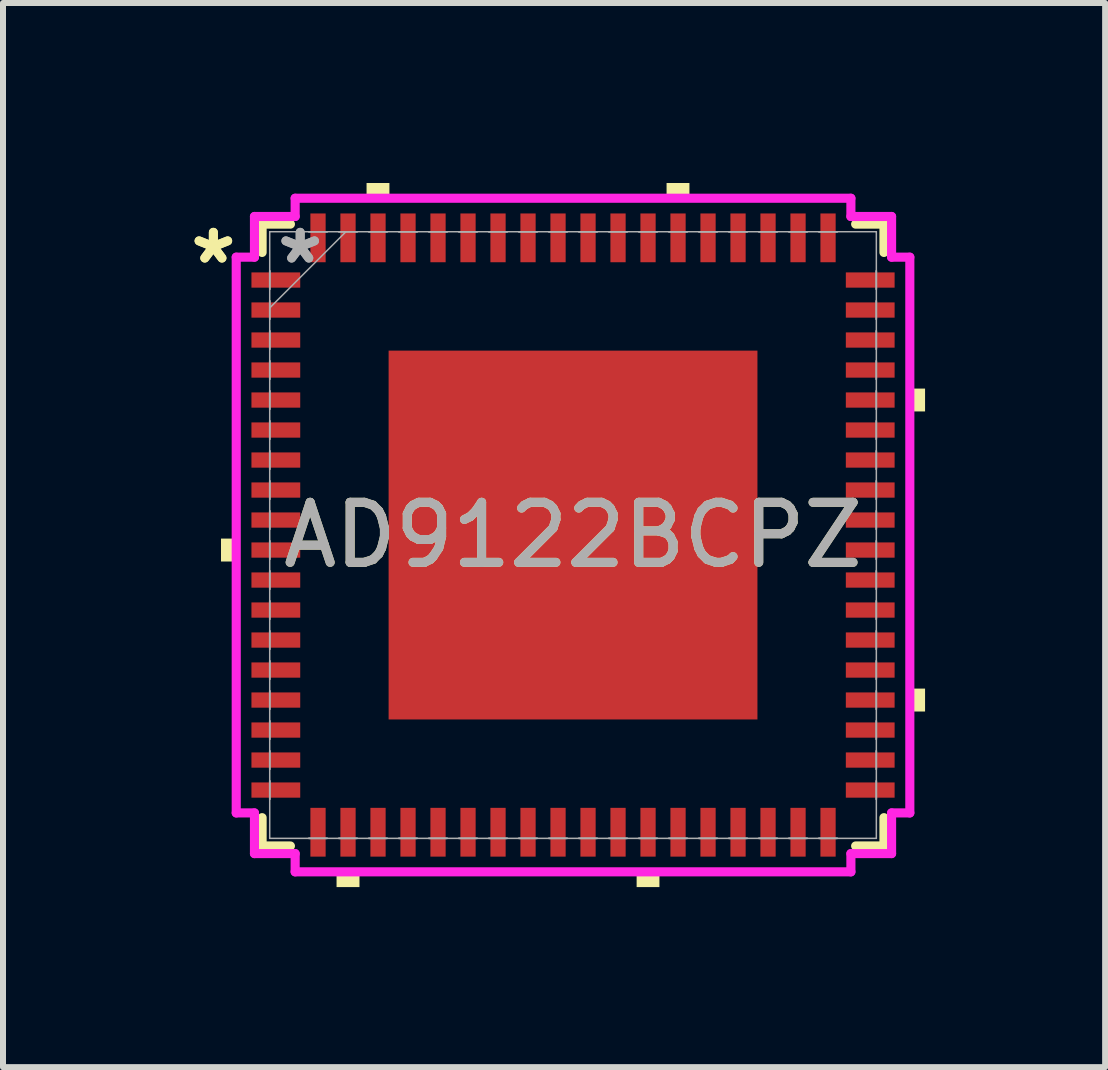
<source format=kicad_pcb>
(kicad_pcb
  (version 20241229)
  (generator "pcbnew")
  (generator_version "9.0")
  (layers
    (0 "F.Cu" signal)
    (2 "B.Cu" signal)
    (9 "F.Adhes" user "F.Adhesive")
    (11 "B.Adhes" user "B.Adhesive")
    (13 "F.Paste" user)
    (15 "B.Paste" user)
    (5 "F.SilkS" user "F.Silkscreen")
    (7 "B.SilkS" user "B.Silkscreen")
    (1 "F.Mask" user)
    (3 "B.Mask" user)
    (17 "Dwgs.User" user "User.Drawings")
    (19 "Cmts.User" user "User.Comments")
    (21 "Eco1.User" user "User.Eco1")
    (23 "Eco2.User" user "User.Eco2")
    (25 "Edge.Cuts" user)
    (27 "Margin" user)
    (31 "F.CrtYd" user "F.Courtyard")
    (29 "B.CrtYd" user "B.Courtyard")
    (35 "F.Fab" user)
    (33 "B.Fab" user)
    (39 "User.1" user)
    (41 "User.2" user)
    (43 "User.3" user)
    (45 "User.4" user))
  (footprint "AD9122BCPZ"
    (layer "F.Cu")
    (at 6.5 5.867)
    (property "Reference" "AD9122BCPZ" (at 0 0 0) (unlocked yes) (layer "F.SilkS") (effects (font (size 1 1) (thickness 0.15))))
    (attr smd)
    (fp_line (start -5.182 -5.182) (end -5.182 -4.71) (stroke (width 0.152) (type solid)) (layer "F.SilkS"))
    (fp_line (start -5.182 4.71) (end -5.182 5.182) (stroke (width 0.152) (type solid)) (layer "F.SilkS"))
    (fp_line (start -5.182 5.182) (end -4.71 5.182) (stroke (width 0.152) (type solid)) (layer "F.SilkS"))
    (fp_line (start -4.71 -5.182) (end -5.182 -5.182) (stroke (width 0.152) (type solid)) (layer "F.SilkS"))
    (fp_line (start 4.71 5.182) (end 5.182 5.182) (stroke (width 0.152) (type solid)) (layer "F.SilkS"))
    (fp_line (start 5.182 -5.182) (end 4.71 -5.182) (stroke (width 0.152) (type solid)) (layer "F.SilkS"))
    (fp_line (start 5.182 -4.71) (end 5.182 -5.182) (stroke (width 0.152) (type solid)) (layer "F.SilkS"))
    (fp_line (start 5.182 5.182) (end 5.182 4.71) (stroke (width 0.152) (type solid)) (layer "F.SilkS"))
    (fp_poly (pts (xy -5.867 0.059) (xy -5.867 0.441) (xy -5.613 0.441) (xy -5.613 0.059)) (stroke (width 0) (type solid)) (fill yes) (layer "F.SilkS"))
    (fp_poly (pts (xy -3.941 5.613) (xy -3.941 5.867) (xy -3.559 5.867) (xy -3.559 5.613)) (stroke (width 0) (type solid)) (fill yes) (layer "F.SilkS"))
    (fp_poly (pts (xy -3.441 -5.613) (xy -3.441 -5.867) (xy -3.06 -5.867) (xy -3.06 -5.613)) (stroke (width 0) (type solid)) (fill yes) (layer "F.SilkS"))
    (fp_poly (pts (xy 1.06 5.613) (xy 1.06 5.867) (xy 1.44 5.867) (xy 1.44 5.613)) (stroke (width 0) (type solid)) (fill yes) (layer "F.SilkS"))
    (fp_poly (pts (xy 1.559 -5.613) (xy 1.559 -5.867) (xy 1.94 -5.867) (xy 1.94 -5.613)) (stroke (width 0) (type solid)) (fill yes) (layer "F.SilkS"))
    (fp_poly (pts (xy 5.867 -2.441) (xy 5.867 -2.06) (xy 5.613 -2.06) (xy 5.613 -2.441)) (stroke (width 0) (type solid)) (fill yes) (layer "F.SilkS"))
    (fp_poly (pts (xy 5.867 2.559) (xy 5.867 2.941) (xy 5.613 2.941) (xy 5.613 2.559)) (stroke (width 0) (type solid)) (fill yes) (layer "F.SilkS"))
    (fp_poly (pts (xy -2.973 -2.973) (xy -2.973 -1.637) (xy -1.637 -1.637) (xy -1.637 -2.973)) (stroke (width 0) (type solid)) (fill yes) (layer "F.Paste"))
    (fp_poly (pts (xy -2.973 -1.437) (xy -2.973 -0.1) (xy -1.637 -0.1) (xy -1.637 -1.437)) (stroke (width 0) (type solid)) (fill yes) (layer "F.Paste"))
    (fp_poly (pts (xy -2.973 0.1) (xy -2.973 1.437) (xy -1.637 1.437) (xy -1.637 0.1)) (stroke (width 0) (type solid)) (fill yes) (layer "F.Paste"))
    (fp_poly (pts (xy -2.973 1.637) (xy -2.973 2.973) (xy -1.637 2.973) (xy -1.637 1.637)) (stroke (width 0) (type solid)) (fill yes) (layer "F.Paste"))
    (fp_poly (pts (xy -1.437 -2.973) (xy -1.437 -1.637) (xy -0.1 -1.637) (xy -0.1 -2.973)) (stroke (width 0) (type solid)) (fill yes) (layer "F.Paste"))
    (fp_poly (pts (xy -1.437 -1.437) (xy -1.437 -0.1) (xy -0.1 -0.1) (xy -0.1 -1.437)) (stroke (width 0) (type solid)) (fill yes) (layer "F.Paste"))
    (fp_poly (pts (xy -1.437 0.1) (xy -1.437 1.437) (xy -0.1 1.437) (xy -0.1 0.1)) (stroke (width 0) (type solid)) (fill yes) (layer "F.Paste"))
    (fp_poly (pts (xy -1.437 1.637) (xy -1.437 2.973) (xy -0.1 2.973) (xy -0.1 1.637)) (stroke (width 0) (type solid)) (fill yes) (layer "F.Paste"))
    (fp_poly (pts (xy 0.1 -2.973) (xy 0.1 -1.637) (xy 1.437 -1.637) (xy 1.437 -2.973)) (stroke (width 0) (type solid)) (fill yes) (layer "F.Paste"))
    (fp_poly (pts (xy 0.1 -1.437) (xy 0.1 -0.1) (xy 1.437 -0.1) (xy 1.437 -1.437)) (stroke (width 0) (type solid)) (fill yes) (layer "F.Paste"))
    (fp_poly (pts (xy 0.1 0.1) (xy 0.1 1.437) (xy 1.437 1.437) (xy 1.437 0.1)) (stroke (width 0) (type solid)) (fill yes) (layer "F.Paste"))
    (fp_poly (pts (xy 0.1 1.637) (xy 0.1 2.973) (xy 1.437 2.973) (xy 1.437 1.637)) (stroke (width 0) (type solid)) (fill yes) (layer "F.Paste"))
    (fp_poly (pts (xy 1.637 -2.973) (xy 1.637 -1.637) (xy 2.973 -1.637) (xy 2.973 -2.973)) (stroke (width 0) (type solid)) (fill yes) (layer "F.Paste"))
    (fp_poly (pts (xy 1.637 -1.437) (xy 1.637 -0.1) (xy 2.973 -0.1) (xy 2.973 -1.437)) (stroke (width 0) (type solid)) (fill yes) (layer "F.Paste"))
    (fp_poly (pts (xy 1.637 0.1) (xy 1.637 1.437) (xy 2.973 1.437) (xy 2.973 0.1)) (stroke (width 0) (type solid)) (fill yes) (layer "F.Paste"))
    (fp_poly (pts (xy 1.637 1.637) (xy 1.637 2.973) (xy 2.973 2.973) (xy 2.973 1.637)) (stroke (width 0) (type solid)) (fill yes) (layer "F.Paste"))
    (fp_line (start -5.613 -4.631) (end -5.309 -4.631) (stroke (width 0.152) (type solid)) (layer "F.CrtYd"))
    (fp_line (start -5.613 4.631) (end -5.613 -4.631) (stroke (width 0.152) (type solid)) (layer "F.CrtYd"))
    (fp_line (start -5.309 -5.309) (end -4.631 -5.309) (stroke (width 0.152) (type solid)) (layer "F.CrtYd"))
    (fp_line (start -5.309 -4.631) (end -5.309 -5.309) (stroke (width 0.152) (type solid)) (layer "F.CrtYd"))
    (fp_line (start -5.309 4.631) (end -5.613 4.631) (stroke (width 0.152) (type solid)) (layer "F.CrtYd"))
    (fp_line (start -5.309 5.309) (end -5.309 4.631) (stroke (width 0.152) (type solid)) (layer "F.CrtYd"))
    (fp_line (start -4.631 -5.613) (end 4.631 -5.613) (stroke (width 0.152) (type solid)) (layer "F.CrtYd"))
    (fp_line (start -4.631 -5.309) (end -4.631 -5.613) (stroke (width 0.152) (type solid)) (layer "F.CrtYd"))
    (fp_line (start -4.631 5.309) (end -5.309 5.309) (stroke (width 0.152) (type solid)) (layer "F.CrtYd"))
    (fp_line (start -4.631 5.613) (end -4.631 5.309) (stroke (width 0.152) (type solid)) (layer "F.CrtYd"))
    (fp_line (start 4.631 -5.613) (end 4.631 -5.309) (stroke (width 0.152) (type solid)) (layer "F.CrtYd"))
    (fp_line (start 4.631 -5.309) (end 5.309 -5.309) (stroke (width 0.152) (type solid)) (layer "F.CrtYd"))
    (fp_line (start 4.631 5.309) (end 4.631 5.613) (stroke (width 0.152) (type solid)) (layer "F.CrtYd"))
    (fp_line (start 4.631 5.613) (end -4.631 5.613) (stroke (width 0.152) (type solid)) (layer "F.CrtYd"))
    (fp_line (start 5.309 -5.309) (end 5.309 -4.631) (stroke (width 0.152) (type solid)) (layer "F.CrtYd"))
    (fp_line (start 5.309 -4.631) (end 5.613 -4.631) (stroke (width 0.152) (type solid)) (layer "F.CrtYd"))
    (fp_line (start 5.309 4.631) (end 5.309 5.309) (stroke (width 0.152) (type solid)) (layer "F.CrtYd"))
    (fp_line (start 5.309 5.309) (end 4.631 5.309) (stroke (width 0.152) (type solid)) (layer "F.CrtYd"))
    (fp_line (start 5.613 -4.631) (end 5.613 4.631) (stroke (width 0.152) (type solid)) (layer "F.CrtYd"))
    (fp_line (start 5.613 4.631) (end 5.309 4.631) (stroke (width 0.152) (type solid)) (layer "F.CrtYd"))
    (fp_line (start -5.055 -5.055) (end -5.055 -5.055) (stroke (width 0.025) (type solid)) (layer "F.Fab"))
    (fp_line (start -5.055 -5.055) (end -5.055 5.055) (stroke (width 0.025) (type solid)) (layer "F.Fab"))
    (fp_line (start -5.055 -4.402) (end -5.055 -4.402) (stroke (width 0.025) (type solid)) (layer "F.Fab"))
    (fp_line (start -5.055 -4.402) (end -5.055 -4.098) (stroke (width 0.025) (type solid)) (layer "F.Fab"))
    (fp_line (start -5.055 -4.098) (end -5.055 -4.402) (stroke (width 0.025) (type solid)) (layer "F.Fab"))
    (fp_line (start -5.055 -4.098) (end -5.055 -4.098) (stroke (width 0.025) (type solid)) (layer "F.Fab"))
    (fp_line (start -5.055 -3.902) (end -5.055 -3.902) (stroke (width 0.025) (type solid)) (layer "F.Fab"))
    (fp_line (start -5.055 -3.902) (end -5.055 -3.598) (stroke (width 0.025) (type solid)) (layer "F.Fab"))
    (fp_line (start -5.055 -3.785) (end -3.785 -5.055) (stroke (width 0.025) (type solid)) (layer "F.Fab"))
    (fp_line (start -5.055 -3.598) (end -5.055 -3.902) (stroke (width 0.025) (type solid)) (layer "F.Fab"))
    (fp_line (start -5.055 -3.598) (end -5.055 -3.598) (stroke (width 0.025) (type solid)) (layer "F.Fab"))
    (fp_line (start -5.055 -3.402) (end -5.055 -3.402) (stroke (width 0.025) (type solid)) (layer "F.Fab"))
    (fp_line (start -5.055 -3.402) (end -5.055 -3.098) (stroke (width 0.025) (type solid)) (layer "F.Fab"))
    (fp_line (start -5.055 -3.098) (end -5.055 -3.402) (stroke (width 0.025) (type solid)) (layer "F.Fab"))
    (fp_line (start -5.055 -3.098) (end -5.055 -3.098) (stroke (width 0.025) (type solid)) (layer "F.Fab"))
    (fp_line (start -5.055 -2.902) (end -5.055 -2.902) (stroke (width 0.025) (type solid)) (layer "F.Fab"))
    (fp_line (start -5.055 -2.902) (end -5.055 -2.598) (stroke (width 0.025) (type solid)) (layer "F.Fab"))
    (fp_line (start -5.055 -2.598) (end -5.055 -2.902) (stroke (width 0.025) (type solid)) (layer "F.Fab"))
    (fp_line (start -5.055 -2.598) (end -5.055 -2.598) (stroke (width 0.025) (type solid)) (layer "F.Fab"))
    (fp_line (start -5.055 -2.402) (end -5.055 -2.402) (stroke (width 0.025) (type solid)) (layer "F.Fab"))
    (fp_line (start -5.055 -2.402) (end -5.055 -2.098) (stroke (width 0.025) (type solid)) (layer "F.Fab"))
    (fp_line (start -5.055 -2.098) (end -5.055 -2.402) (stroke (width 0.025) (type solid)) (layer "F.Fab"))
    (fp_line (start -5.055 -2.098) (end -5.055 -2.098) (stroke (width 0.025) (type solid)) (layer "F.Fab"))
    (fp_line (start -5.055 -1.902) (end -5.055 -1.902) (stroke (width 0.025) (type solid)) (layer "F.Fab"))
    (fp_line (start -5.055 -1.902) (end -5.055 -1.598) (stroke (width 0.025) (type solid)) (layer "F.Fab"))
    (fp_line (start -5.055 -1.598) (end -5.055 -1.902) (stroke (width 0.025) (type solid)) (layer "F.Fab"))
    (fp_line (start -5.055 -1.598) (end -5.055 -1.598) (stroke (width 0.025) (type solid)) (layer "F.Fab"))
    (fp_line (start -5.055 -1.402) (end -5.055 -1.402) (stroke (width 0.025) (type solid)) (layer "F.Fab"))
    (fp_line (start -5.055 -1.402) (end -5.055 -1.098) (stroke (width 0.025) (type solid)) (layer "F.Fab"))
    (fp_line (start -5.055 -1.098) (end -5.055 -1.402) (stroke (width 0.025) (type solid)) (layer "F.Fab"))
    (fp_line (start -5.055 -1.098) (end -5.055 -1.098) (stroke (width 0.025) (type solid)) (layer "F.Fab"))
    (fp_line (start -5.055 -0.902) (end -5.055 -0.902) (stroke (width 0.025) (type solid)) (layer "F.Fab"))
    (fp_line (start -5.055 -0.902) (end -5.055 -0.598) (stroke (width 0.025) (type solid)) (layer "F.Fab"))
    (fp_line (start -5.055 -0.598) (end -5.055 -0.902) (stroke (width 0.025) (type solid)) (layer "F.Fab"))
    (fp_line (start -5.055 -0.598) (end -5.055 -0.598) (stroke (width 0.025) (type solid)) (layer "F.Fab"))
    (fp_line (start -5.055 -0.402) (end -5.055 -0.402) (stroke (width 0.025) (type solid)) (layer "F.Fab"))
    (fp_line (start -5.055 -0.402) (end -5.055 -0.098) (stroke (width 0.025) (type solid)) (layer "F.Fab"))
    (fp_line (start -5.055 -0.098) (end -5.055 -0.402) (stroke (width 0.025) (type solid)) (layer "F.Fab"))
    (fp_line (start -5.055 -0.098) (end -5.055 -0.098) (stroke (width 0.025) (type solid)) (layer "F.Fab"))
    (fp_line (start -5.055 0.098) (end -5.055 0.098) (stroke (width 0.025) (type solid)) (layer "F.Fab"))
    (fp_line (start -5.055 0.098) (end -5.055 0.402) (stroke (width 0.025) (type solid)) (layer "F.Fab"))
    (fp_line (start -5.055 0.402) (end -5.055 0.098) (stroke (width 0.025) (type solid)) (layer "F.Fab"))
    (fp_line (start -5.055 0.402) (end -5.055 0.402) (stroke (width 0.025) (type solid)) (layer "F.Fab"))
    (fp_line (start -5.055 0.598) (end -5.055 0.598) (stroke (width 0.025) (type solid)) (layer "F.Fab"))
    (fp_line (start -5.055 0.598) (end -5.055 0.902) (stroke (width 0.025) (type solid)) (layer "F.Fab"))
    (fp_line (start -5.055 0.902) (end -5.055 0.598) (stroke (width 0.025) (type solid)) (layer "F.Fab"))
    (fp_line (start -5.055 0.902) (end -5.055 0.902) (stroke (width 0.025) (type solid)) (layer "F.Fab"))
    (fp_line (start -5.055 1.098) (end -5.055 1.098) (stroke (width 0.025) (type solid)) (layer "F.Fab"))
    (fp_line (start -5.055 1.098) (end -5.055 1.402) (stroke (width 0.025) (type solid)) (layer "F.Fab"))
    (fp_line (start -5.055 1.402) (end -5.055 1.098) (stroke (width 0.025) (type solid)) (layer "F.Fab"))
    (fp_line (start -5.055 1.402) (end -5.055 1.402) (stroke (width 0.025) (type solid)) (layer "F.Fab"))
    (fp_line (start -5.055 1.598) (end -5.055 1.598) (stroke (width 0.025) (type solid)) (layer "F.Fab"))
    (fp_line (start -5.055 1.598) (end -5.055 1.902) (stroke (width 0.025) (type solid)) (layer "F.Fab"))
    (fp_line (start -5.055 1.902) (end -5.055 1.598) (stroke (width 0.025) (type solid)) (layer "F.Fab"))
    (fp_line (start -5.055 1.902) (end -5.055 1.902) (stroke (width 0.025) (type solid)) (layer "F.Fab"))
    (fp_line (start -5.055 2.098) (end -5.055 2.098) (stroke (width 0.025) (type solid)) (layer "F.Fab"))
    (fp_line (start -5.055 2.098) (end -5.055 2.402) (stroke (width 0.025) (type solid)) (layer "F.Fab"))
    (fp_line (start -5.055 2.402) (end -5.055 2.098) (stroke (width 0.025) (type solid)) (layer "F.Fab"))
    (fp_line (start -5.055 2.402) (end -5.055 2.402) (stroke (width 0.025) (type solid)) (layer "F.Fab"))
    (fp_line (start -5.055 2.598) (end -5.055 2.598) (stroke (width 0.025) (type solid)) (layer "F.Fab"))
    (fp_line (start -5.055 2.598) (end -5.055 2.902) (stroke (width 0.025) (type solid)) (layer "F.Fab"))
    (fp_line (start -5.055 2.902) (end -5.055 2.598) (stroke (width 0.025) (type solid)) (layer "F.Fab"))
    (fp_line (start -5.055 2.902) (end -5.055 2.902) (stroke (width 0.025) (type solid)) (layer "F.Fab"))
    (fp_line (start -5.055 3.098) (end -5.055 3.098) (stroke (width 0.025) (type solid)) (layer "F.Fab"))
    (fp_line (start -5.055 3.098) (end -5.055 3.402) (stroke (width 0.025) (type solid)) (layer "F.Fab"))
    (fp_line (start -5.055 3.402) (end -5.055 3.098) (stroke (width 0.025) (type solid)) (layer "F.Fab"))
    (fp_line (start -5.055 3.402) (end -5.055 3.402) (stroke (width 0.025) (type solid)) (layer "F.Fab"))
    (fp_line (start -5.055 3.598) (end -5.055 3.598) (stroke (width 0.025) (type solid)) (layer "F.Fab"))
    (fp_line (start -5.055 3.598) (end -5.055 3.902) (stroke (width 0.025) (type solid)) (layer "F.Fab"))
    (fp_line (start -5.055 3.902) (end -5.055 3.598) (stroke (width 0.025) (type solid)) (layer "F.Fab"))
    (fp_line (start -5.055 3.902) (end -5.055 3.902) (stroke (width 0.025) (type solid)) (layer "F.Fab"))
    (fp_line (start -5.055 4.098) (end -5.055 4.098) (stroke (width 0.025) (type solid)) (layer "F.Fab"))
    (fp_line (start -5.055 4.098) (end -5.055 4.402) (stroke (width 0.025) (type solid)) (layer "F.Fab"))
    (fp_line (start -5.055 4.402) (end -5.055 4.098) (stroke (width 0.025) (type solid)) (layer "F.Fab"))
    (fp_line (start -5.055 4.402) (end -5.055 4.402) (stroke (width 0.025) (type solid)) (layer "F.Fab"))
    (fp_line (start -5.055 5.055) (end -5.055 5.055) (stroke (width 0.025) (type solid)) (layer "F.Fab"))
    (fp_line (start -5.055 5.055) (end 5.055 5.055) (stroke (width 0.025) (type solid)) (layer "F.Fab"))
    (fp_line (start -4.402 -5.055) (end -4.402 -5.055) (stroke (width 0.025) (type solid)) (layer "F.Fab"))
    (fp_line (start -4.402 -5.055) (end -4.098 -5.055) (stroke (width 0.025) (type solid)) (layer "F.Fab"))
    (fp_line (start -4.402 5.055) (end -4.402 5.055) (stroke (width 0.025) (type solid)) (layer "F.Fab"))
    (fp_line (start -4.402 5.055) (end -4.098 5.055) (stroke (width 0.025) (type solid)) (layer "F.Fab"))
    (fp_line (start -4.098 -5.055) (end -4.402 -5.055) (stroke (width 0.025) (type solid)) (layer "F.Fab"))
    (fp_line (start -4.098 -5.055) (end -4.098 -5.055) (stroke (width 0.025) (type solid)) (layer "F.Fab"))
    (fp_line (start -4.098 5.055) (end -4.402 5.055) (stroke (width 0.025) (type solid)) (layer "F.Fab"))
    (fp_line (start -4.098 5.055) (end -4.098 5.055) (stroke (width 0.025) (type solid)) (layer "F.Fab"))
    (fp_line (start -3.902 -5.055) (end -3.902 -5.055) (stroke (width 0.025) (type solid)) (layer "F.Fab"))
    (fp_line (start -3.902 -5.055) (end -3.598 -5.055) (stroke (width 0.025) (type solid)) (layer "F.Fab"))
    (fp_line (start -3.902 5.055) (end -3.902 5.055) (stroke (width 0.025) (type solid)) (layer "F.Fab"))
    (fp_line (start -3.902 5.055) (end -3.598 5.055) (stroke (width 0.025) (type solid)) (layer "F.Fab"))
    (fp_line (start -3.598 -5.055) (end -3.902 -5.055) (stroke (width 0.025) (type solid)) (layer "F.Fab"))
    (fp_line (start -3.598 -5.055) (end -3.598 -5.055) (stroke (width 0.025) (type solid)) (layer "F.Fab"))
    (fp_line (start -3.598 5.055) (end -3.902 5.055) (stroke (width 0.025) (type solid)) (layer "F.Fab"))
    (fp_line (start -3.598 5.055) (end -3.598 5.055) (stroke (width 0.025) (type solid)) (layer "F.Fab"))
    (fp_line (start -3.402 -5.055) (end -3.402 -5.055) (stroke (width 0.025) (type solid)) (layer "F.Fab"))
    (fp_line (start -3.402 -5.055) (end -3.098 -5.055) (stroke (width 0.025) (type solid)) (layer "F.Fab"))
    (fp_line (start -3.402 5.055) (end -3.402 5.055) (stroke (width 0.025) (type solid)) (layer "F.Fab"))
    (fp_line (start -3.402 5.055) (end -3.098 5.055) (stroke (width 0.025) (type solid)) (layer "F.Fab"))
    (fp_line (start -3.098 -5.055) (end -3.402 -5.055) (stroke (width 0.025) (type solid)) (layer "F.Fab"))
    (fp_line (start -3.098 -5.055) (end -3.098 -5.055) (stroke (width 0.025) (type solid)) (layer "F.Fab"))
    (fp_line (start -3.098 5.055) (end -3.402 5.055) (stroke (width 0.025) (type solid)) (layer "F.Fab"))
    (fp_line (start -3.098 5.055) (end -3.098 5.055) (stroke (width 0.025) (type solid)) (layer "F.Fab"))
    (fp_line (start -2.902 -5.055) (end -2.902 -5.055) (stroke (width 0.025) (type solid)) (layer "F.Fab"))
    (fp_line (start -2.902 -5.055) (end -2.598 -5.055) (stroke (width 0.025) (type solid)) (layer "F.Fab"))
    (fp_line (start -2.902 5.055) (end -2.902 5.055) (stroke (width 0.025) (type solid)) (layer "F.Fab"))
    (fp_line (start -2.902 5.055) (end -2.598 5.055) (stroke (width 0.025) (type solid)) (layer "F.Fab"))
    (fp_line (start -2.598 -5.055) (end -2.902 -5.055) (stroke (width 0.025) (type solid)) (layer "F.Fab"))
    (fp_line (start -2.598 -5.055) (end -2.598 -5.055) (stroke (width 0.025) (type solid)) (layer "F.Fab"))
    (fp_line (start -2.598 5.055) (end -2.902 5.055) (stroke (width 0.025) (type solid)) (layer "F.Fab"))
    (fp_line (start -2.598 5.055) (end -2.598 5.055) (stroke (width 0.025) (type solid)) (layer "F.Fab"))
    (fp_line (start -2.402 -5.055) (end -2.402 -5.055) (stroke (width 0.025) (type solid)) (layer "F.Fab"))
    (fp_line (start -2.402 -5.055) (end -2.098 -5.055) (stroke (width 0.025) (type solid)) (layer "F.Fab"))
    (fp_line (start -2.402 5.055) (end -2.402 5.055) (stroke (width 0.025) (type solid)) (layer "F.Fab"))
    (fp_line (start -2.402 5.055) (end -2.098 5.055) (stroke (width 0.025) (type solid)) (layer "F.Fab"))
    (fp_line (start -2.098 -5.055) (end -2.402 -5.055) (stroke (width 0.025) (type solid)) (layer "F.Fab"))
    (fp_line (start -2.098 -5.055) (end -2.098 -5.055) (stroke (width 0.025) (type solid)) (layer "F.Fab"))
    (fp_line (start -2.098 5.055) (end -2.402 5.055) (stroke (width 0.025) (type solid)) (layer "F.Fab"))
    (fp_line (start -2.098 5.055) (end -2.098 5.055) (stroke (width 0.025) (type solid)) (layer "F.Fab"))
    (fp_line (start -1.902 -5.055) (end -1.902 -5.055) (stroke (width 0.025) (type solid)) (layer "F.Fab"))
    (fp_line (start -1.902 -5.055) (end -1.598 -5.055) (stroke (width 0.025) (type solid)) (layer "F.Fab"))
    (fp_line (start -1.902 5.055) (end -1.902 5.055) (stroke (width 0.025) (type solid)) (layer "F.Fab"))
    (fp_line (start -1.902 5.055) (end -1.598 5.055) (stroke (width 0.025) (type solid)) (layer "F.Fab"))
    (fp_line (start -1.598 -5.055) (end -1.902 -5.055) (stroke (width 0.025) (type solid)) (layer "F.Fab"))
    (fp_line (start -1.598 -5.055) (end -1.598 -5.055) (stroke (width 0.025) (type solid)) (layer "F.Fab"))
    (fp_line (start -1.598 5.055) (end -1.902 5.055) (stroke (width 0.025) (type solid)) (layer "F.Fab"))
    (fp_line (start -1.598 5.055) (end -1.598 5.055) (stroke (width 0.025) (type solid)) (layer "F.Fab"))
    (fp_line (start -1.402 -5.055) (end -1.402 -5.055) (stroke (width 0.025) (type solid)) (layer "F.Fab"))
    (fp_line (start -1.402 -5.055) (end -1.098 -5.055) (stroke (width 0.025) (type solid)) (layer "F.Fab"))
    (fp_line (start -1.402 5.055) (end -1.402 5.055) (stroke (width 0.025) (type solid)) (layer "F.Fab"))
    (fp_line (start -1.402 5.055) (end -1.098 5.055) (stroke (width 0.025) (type solid)) (layer "F.Fab"))
    (fp_line (start -1.098 -5.055) (end -1.402 -5.055) (stroke (width 0.025) (type solid)) (layer "F.Fab"))
    (fp_line (start -1.098 -5.055) (end -1.098 -5.055) (stroke (width 0.025) (type solid)) (layer "F.Fab"))
    (fp_line (start -1.098 5.055) (end -1.402 5.055) (stroke (width 0.025) (type solid)) (layer "F.Fab"))
    (fp_line (start -1.098 5.055) (end -1.098 5.055) (stroke (width 0.025) (type solid)) (layer "F.Fab"))
    (fp_line (start -0.902 -5.055) (end -0.902 -5.055) (stroke (width 0.025) (type solid)) (layer "F.Fab"))
    (fp_line (start -0.902 -5.055) (end -0.598 -5.055) (stroke (width 0.025) (type solid)) (layer "F.Fab"))
    (fp_line (start -0.902 5.055) (end -0.902 5.055) (stroke (width 0.025) (type solid)) (layer "F.Fab"))
    (fp_line (start -0.902 5.055) (end -0.598 5.055) (stroke (width 0.025) (type solid)) (layer "F.Fab"))
    (fp_line (start -0.598 -5.055) (end -0.902 -5.055) (stroke (width 0.025) (type solid)) (layer "F.Fab"))
    (fp_line (start -0.598 -5.055) (end -0.598 -5.055) (stroke (width 0.025) (type solid)) (layer "F.Fab"))
    (fp_line (start -0.598 5.055) (end -0.902 5.055) (stroke (width 0.025) (type solid)) (layer "F.Fab"))
    (fp_line (start -0.598 5.055) (end -0.598 5.055) (stroke (width 0.025) (type solid)) (layer "F.Fab"))
    (fp_line (start -0.402 -5.055) (end -0.402 -5.055) (stroke (width 0.025) (type solid)) (layer "F.Fab"))
    (fp_line (start -0.402 -5.055) (end -0.098 -5.055) (stroke (width 0.025) (type solid)) (layer "F.Fab"))
    (fp_line (start -0.402 5.055) (end -0.402 5.055) (stroke (width 0.025) (type solid)) (layer "F.Fab"))
    (fp_line (start -0.402 5.055) (end -0.098 5.055) (stroke (width 0.025) (type solid)) (layer "F.Fab"))
    (fp_line (start -0.098 -5.055) (end -0.402 -5.055) (stroke (width 0.025) (type solid)) (layer "F.Fab"))
    (fp_line (start -0.098 -5.055) (end -0.098 -5.055) (stroke (width 0.025) (type solid)) (layer "F.Fab"))
    (fp_line (start -0.098 5.055) (end -0.402 5.055) (stroke (width 0.025) (type solid)) (layer "F.Fab"))
    (fp_line (start -0.098 5.055) (end -0.098 5.055) (stroke (width 0.025) (type solid)) (layer "F.Fab"))
    (fp_line (start 0.098 -5.055) (end 0.098 -5.055) (stroke (width 0.025) (type solid)) (layer "F.Fab"))
    (fp_line (start 0.098 -5.055) (end 0.402 -5.055) (stroke (width 0.025) (type solid)) (layer "F.Fab"))
    (fp_line (start 0.098 5.055) (end 0.098 5.055) (stroke (width 0.025) (type solid)) (layer "F.Fab"))
    (fp_line (start 0.098 5.055) (end 0.402 5.055) (stroke (width 0.025) (type solid)) (layer "F.Fab"))
    (fp_line (start 0.402 -5.055) (end 0.098 -5.055) (stroke (width 0.025) (type solid)) (layer "F.Fab"))
    (fp_line (start 0.402 -5.055) (end 0.402 -5.055) (stroke (width 0.025) (type solid)) (layer "F.Fab"))
    (fp_line (start 0.402 5.055) (end 0.098 5.055) (stroke (width 0.025) (type solid)) (layer "F.Fab"))
    (fp_line (start 0.402 5.055) (end 0.402 5.055) (stroke (width 0.025) (type solid)) (layer "F.Fab"))
    (fp_line (start 0.598 -5.055) (end 0.598 -5.055) (stroke (width 0.025) (type solid)) (layer "F.Fab"))
    (fp_line (start 0.598 -5.055) (end 0.902 -5.055) (stroke (width 0.025) (type solid)) (layer "F.Fab"))
    (fp_line (start 0.598 5.055) (end 0.598 5.055) (stroke (width 0.025) (type solid)) (layer "F.Fab"))
    (fp_line (start 0.598 5.055) (end 0.902 5.055) (stroke (width 0.025) (type solid)) (layer "F.Fab"))
    (fp_line (start 0.902 -5.055) (end 0.598 -5.055) (stroke (width 0.025) (type solid)) (layer "F.Fab"))
    (fp_line (start 0.902 -5.055) (end 0.902 -5.055) (stroke (width 0.025) (type solid)) (layer "F.Fab"))
    (fp_line (start 0.902 5.055) (end 0.598 5.055) (stroke (width 0.025) (type solid)) (layer "F.Fab"))
    (fp_line (start 0.902 5.055) (end 0.902 5.055) (stroke (width 0.025) (type solid)) (layer "F.Fab"))
    (fp_line (start 1.098 -5.055) (end 1.098 -5.055) (stroke (width 0.025) (type solid)) (layer "F.Fab"))
    (fp_line (start 1.098 -5.055) (end 1.402 -5.055) (stroke (width 0.025) (type solid)) (layer "F.Fab"))
    (fp_line (start 1.098 5.055) (end 1.098 5.055) (stroke (width 0.025) (type solid)) (layer "F.Fab"))
    (fp_line (start 1.098 5.055) (end 1.402 5.055) (stroke (width 0.025) (type solid)) (layer "F.Fab"))
    (fp_line (start 1.402 -5.055) (end 1.098 -5.055) (stroke (width 0.025) (type solid)) (layer "F.Fab"))
    (fp_line (start 1.402 -5.055) (end 1.402 -5.055) (stroke (width 0.025) (type solid)) (layer "F.Fab"))
    (fp_line (start 1.402 5.055) (end 1.098 5.055) (stroke (width 0.025) (type solid)) (layer "F.Fab"))
    (fp_line (start 1.402 5.055) (end 1.402 5.055) (stroke (width 0.025) (type solid)) (layer "F.Fab"))
    (fp_line (start 1.598 -5.055) (end 1.598 -5.055) (stroke (width 0.025) (type solid)) (layer "F.Fab"))
    (fp_line (start 1.598 -5.055) (end 1.902 -5.055) (stroke (width 0.025) (type solid)) (layer "F.Fab"))
    (fp_line (start 1.598 5.055) (end 1.598 5.055) (stroke (width 0.025) (type solid)) (layer "F.Fab"))
    (fp_line (start 1.598 5.055) (end 1.902 5.055) (stroke (width 0.025) (type solid)) (layer "F.Fab"))
    (fp_line (start 1.902 -5.055) (end 1.598 -5.055) (stroke (width 0.025) (type solid)) (layer "F.Fab"))
    (fp_line (start 1.902 -5.055) (end 1.902 -5.055) (stroke (width 0.025) (type solid)) (layer "F.Fab"))
    (fp_line (start 1.902 5.055) (end 1.598 5.055) (stroke (width 0.025) (type solid)) (layer "F.Fab"))
    (fp_line (start 1.902 5.055) (end 1.902 5.055) (stroke (width 0.025) (type solid)) (layer "F.Fab"))
    (fp_line (start 2.098 -5.055) (end 2.098 -5.055) (stroke (width 0.025) (type solid)) (layer "F.Fab"))
    (fp_line (start 2.098 -5.055) (end 2.402 -5.055) (stroke (width 0.025) (type solid)) (layer "F.Fab"))
    (fp_line (start 2.098 5.055) (end 2.098 5.055) (stroke (width 0.025) (type solid)) (layer "F.Fab"))
    (fp_line (start 2.098 5.055) (end 2.402 5.055) (stroke (width 0.025) (type solid)) (layer "F.Fab"))
    (fp_line (start 2.402 -5.055) (end 2.098 -5.055) (stroke (width 0.025) (type solid)) (layer "F.Fab"))
    (fp_line (start 2.402 -5.055) (end 2.402 -5.055) (stroke (width 0.025) (type solid)) (layer "F.Fab"))
    (fp_line (start 2.402 5.055) (end 2.098 5.055) (stroke (width 0.025) (type solid)) (layer "F.Fab"))
    (fp_line (start 2.402 5.055) (end 2.402 5.055) (stroke (width 0.025) (type solid)) (layer "F.Fab"))
    (fp_line (start 2.598 -5.055) (end 2.598 -5.055) (stroke (width 0.025) (type solid)) (layer "F.Fab"))
    (fp_line (start 2.598 -5.055) (end 2.902 -5.055) (stroke (width 0.025) (type solid)) (layer "F.Fab"))
    (fp_line (start 2.598 5.055) (end 2.598 5.055) (stroke (width 0.025) (type solid)) (layer "F.Fab"))
    (fp_line (start 2.598 5.055) (end 2.902 5.055) (stroke (width 0.025) (type solid)) (layer "F.Fab"))
    (fp_line (start 2.902 -5.055) (end 2.598 -5.055) (stroke (width 0.025) (type solid)) (layer "F.Fab"))
    (fp_line (start 2.902 -5.055) (end 2.902 -5.055) (stroke (width 0.025) (type solid)) (layer "F.Fab"))
    (fp_line (start 2.902 5.055) (end 2.598 5.055) (stroke (width 0.025) (type solid)) (layer "F.Fab"))
    (fp_line (start 2.902 5.055) (end 2.902 5.055) (stroke (width 0.025) (type solid)) (layer "F.Fab"))
    (fp_line (start 3.098 -5.055) (end 3.098 -5.055) (stroke (width 0.025) (type solid)) (layer "F.Fab"))
    (fp_line (start 3.098 -5.055) (end 3.402 -5.055) (stroke (width 0.025) (type solid)) (layer "F.Fab"))
    (fp_line (start 3.098 5.055) (end 3.098 5.055) (stroke (width 0.025) (type solid)) (layer "F.Fab"))
    (fp_line (start 3.098 5.055) (end 3.402 5.055) (stroke (width 0.025) (type solid)) (layer "F.Fab"))
    (fp_line (start 3.402 -5.055) (end 3.098 -5.055) (stroke (width 0.025) (type solid)) (layer "F.Fab"))
    (fp_line (start 3.402 -5.055) (end 3.402 -5.055) (stroke (width 0.025) (type solid)) (layer "F.Fab"))
    (fp_line (start 3.402 5.055) (end 3.098 5.055) (stroke (width 0.025) (type solid)) (layer "F.Fab"))
    (fp_line (start 3.402 5.055) (end 3.402 5.055) (stroke (width 0.025) (type solid)) (layer "F.Fab"))
    (fp_line (start 3.598 -5.055) (end 3.598 -5.055) (stroke (width 0.025) (type solid)) (layer "F.Fab"))
    (fp_line (start 3.598 -5.055) (end 3.902 -5.055) (stroke (width 0.025) (type solid)) (layer "F.Fab"))
    (fp_line (start 3.598 5.055) (end 3.598 5.055) (stroke (width 0.025) (type solid)) (layer "F.Fab"))
    (fp_line (start 3.598 5.055) (end 3.902 5.055) (stroke (width 0.025) (type solid)) (layer "F.Fab"))
    (fp_line (start 3.902 -5.055) (end 3.598 -5.055) (stroke (width 0.025) (type solid)) (layer "F.Fab"))
    (fp_line (start 3.902 -5.055) (end 3.902 -5.055) (stroke (width 0.025) (type solid)) (layer "F.Fab"))
    (fp_line (start 3.902 5.055) (end 3.598 5.055) (stroke (width 0.025) (type solid)) (layer "F.Fab"))
    (fp_line (start 3.902 5.055) (end 3.902 5.055) (stroke (width 0.025) (type solid)) (layer "F.Fab"))
    (fp_line (start 4.098 -5.055) (end 4.098 -5.055) (stroke (width 0.025) (type solid)) (layer "F.Fab"))
    (fp_line (start 4.098 -5.055) (end 4.402 -5.055) (stroke (width 0.025) (type solid)) (layer "F.Fab"))
    (fp_line (start 4.098 5.055) (end 4.098 5.055) (stroke (width 0.025) (type solid)) (layer "F.Fab"))
    (fp_line (start 4.098 5.055) (end 4.402 5.055) (stroke (width 0.025) (type solid)) (layer "F.Fab"))
    (fp_line (start 4.402 -5.055) (end 4.098 -5.055) (stroke (width 0.025) (type solid)) (layer "F.Fab"))
    (fp_line (start 4.402 -5.055) (end 4.402 -5.055) (stroke (width 0.025) (type solid)) (layer "F.Fab"))
    (fp_line (start 4.402 5.055) (end 4.098 5.055) (stroke (width 0.025) (type solid)) (layer "F.Fab"))
    (fp_line (start 4.402 5.055) (end 4.402 5.055) (stroke (width 0.025) (type solid)) (layer "F.Fab"))
    (fp_line (start 5.055 -5.055) (end -5.055 -5.055) (stroke (width 0.025) (type solid)) (layer "F.Fab"))
    (fp_line (start 5.055 -5.055) (end 5.055 -5.055) (stroke (width 0.025) (type solid)) (layer "F.Fab"))
    (fp_line (start 5.055 -4.402) (end 5.055 -4.402) (stroke (width 0.025) (type solid)) (layer "F.Fab"))
    (fp_line (start 5.055 -4.402) (end 5.055 -4.098) (stroke (width 0.025) (type solid)) (layer "F.Fab"))
    (fp_line (start 5.055 -4.098) (end 5.055 -4.402) (stroke (width 0.025) (type solid)) (layer "F.Fab"))
    (fp_line (start 5.055 -4.098) (end 5.055 -4.098) (stroke (width 0.025) (type solid)) (layer "F.Fab"))
    (fp_line (start 5.055 -3.902) (end 5.055 -3.902) (stroke (width 0.025) (type solid)) (layer "F.Fab"))
    (fp_line (start 5.055 -3.902) (end 5.055 -3.598) (stroke (width 0.025) (type solid)) (layer "F.Fab"))
    (fp_line (start 5.055 -3.598) (end 5.055 -3.902) (stroke (width 0.025) (type solid)) (layer "F.Fab"))
    (fp_line (start 5.055 -3.598) (end 5.055 -3.598) (stroke (width 0.025) (type solid)) (layer "F.Fab"))
    (fp_line (start 5.055 -3.402) (end 5.055 -3.402) (stroke (width 0.025) (type solid)) (layer "F.Fab"))
    (fp_line (start 5.055 -3.402) (end 5.055 -3.098) (stroke (width 0.025) (type solid)) (layer "F.Fab"))
    (fp_line (start 5.055 -3.098) (end 5.055 -3.402) (stroke (width 0.025) (type solid)) (layer "F.Fab"))
    (fp_line (start 5.055 -3.098) (end 5.055 -3.098) (stroke (width 0.025) (type solid)) (layer "F.Fab"))
    (fp_line (start 5.055 -2.902) (end 5.055 -2.902) (stroke (width 0.025) (type solid)) (layer "F.Fab"))
    (fp_line (start 5.055 -2.902) (end 5.055 -2.598) (stroke (width 0.025) (type solid)) (layer "F.Fab"))
    (fp_line (start 5.055 -2.598) (end 5.055 -2.902) (stroke (width 0.025) (type solid)) (layer "F.Fab"))
    (fp_line (start 5.055 -2.598) (end 5.055 -2.598) (stroke (width 0.025) (type solid)) (layer "F.Fab"))
    (fp_line (start 5.055 -2.402) (end 5.055 -2.402) (stroke (width 0.025) (type solid)) (layer "F.Fab"))
    (fp_line (start 5.055 -2.402) (end 5.055 -2.098) (stroke (width 0.025) (type solid)) (layer "F.Fab"))
    (fp_line (start 5.055 -2.098) (end 5.055 -2.402) (stroke (width 0.025) (type solid)) (layer "F.Fab"))
    (fp_line (start 5.055 -2.098) (end 5.055 -2.098) (stroke (width 0.025) (type solid)) (layer "F.Fab"))
    (fp_line (start 5.055 -1.902) (end 5.055 -1.902) (stroke (width 0.025) (type solid)) (layer "F.Fab"))
    (fp_line (start 5.055 -1.902) (end 5.055 -1.598) (stroke (width 0.025) (type solid)) (layer "F.Fab"))
    (fp_line (start 5.055 -1.598) (end 5.055 -1.902) (stroke (width 0.025) (type solid)) (layer "F.Fab"))
    (fp_line (start 5.055 -1.598) (end 5.055 -1.598) (stroke (width 0.025) (type solid)) (layer "F.Fab"))
    (fp_line (start 5.055 -1.402) (end 5.055 -1.402) (stroke (width 0.025) (type solid)) (layer "F.Fab"))
    (fp_line (start 5.055 -1.402) (end 5.055 -1.098) (stroke (width 0.025) (type solid)) (layer "F.Fab"))
    (fp_line (start 5.055 -1.098) (end 5.055 -1.402) (stroke (width 0.025) (type solid)) (layer "F.Fab"))
    (fp_line (start 5.055 -1.098) (end 5.055 -1.098) (stroke (width 0.025) (type solid)) (layer "F.Fab"))
    (fp_line (start 5.055 -0.902) (end 5.055 -0.902) (stroke (width 0.025) (type solid)) (layer "F.Fab"))
    (fp_line (start 5.055 -0.902) (end 5.055 -0.598) (stroke (width 0.025) (type solid)) (layer "F.Fab"))
    (fp_line (start 5.055 -0.598) (end 5.055 -0.902) (stroke (width 0.025) (type solid)) (layer "F.Fab"))
    (fp_line (start 5.055 -0.598) (end 5.055 -0.598) (stroke (width 0.025) (type solid)) (layer "F.Fab"))
    (fp_line (start 5.055 -0.402) (end 5.055 -0.402) (stroke (width 0.025) (type solid)) (layer "F.Fab"))
    (fp_line (start 5.055 -0.402) (end 5.055 -0.098) (stroke (width 0.025) (type solid)) (layer "F.Fab"))
    (fp_line (start 5.055 -0.098) (end 5.055 -0.402) (stroke (width 0.025) (type solid)) (layer "F.Fab"))
    (fp_line (start 5.055 -0.098) (end 5.055 -0.098) (stroke (width 0.025) (type solid)) (layer "F.Fab"))
    (fp_line (start 5.055 0.098) (end 5.055 0.098) (stroke (width 0.025) (type solid)) (layer "F.Fab"))
    (fp_line (start 5.055 0.098) (end 5.055 0.402) (stroke (width 0.025) (type solid)) (layer "F.Fab"))
    (fp_line (start 5.055 0.402) (end 5.055 0.098) (stroke (width 0.025) (type solid)) (layer "F.Fab"))
    (fp_line (start 5.055 0.402) (end 5.055 0.402) (stroke (width 0.025) (type solid)) (layer "F.Fab"))
    (fp_line (start 5.055 0.598) (end 5.055 0.598) (stroke (width 0.025) (type solid)) (layer "F.Fab"))
    (fp_line (start 5.055 0.598) (end 5.055 0.902) (stroke (width 0.025) (type solid)) (layer "F.Fab"))
    (fp_line (start 5.055 0.902) (end 5.055 0.598) (stroke (width 0.025) (type solid)) (layer "F.Fab"))
    (fp_line (start 5.055 0.902) (end 5.055 0.902) (stroke (width 0.025) (type solid)) (layer "F.Fab"))
    (fp_line (start 5.055 1.098) (end 5.055 1.098) (stroke (width 0.025) (type solid)) (layer "F.Fab"))
    (fp_line (start 5.055 1.098) (end 5.055 1.402) (stroke (width 0.025) (type solid)) (layer "F.Fab"))
    (fp_line (start 5.055 1.402) (end 5.055 1.098) (stroke (width 0.025) (type solid)) (layer "F.Fab"))
    (fp_line (start 5.055 1.402) (end 5.055 1.402) (stroke (width 0.025) (type solid)) (layer "F.Fab"))
    (fp_line (start 5.055 1.598) (end 5.055 1.598) (stroke (width 0.025) (type solid)) (layer "F.Fab"))
    (fp_line (start 5.055 1.598) (end 5.055 1.902) (stroke (width 0.025) (type solid)) (layer "F.Fab"))
    (fp_line (start 5.055 1.902) (end 5.055 1.598) (stroke (width 0.025) (type solid)) (layer "F.Fab"))
    (fp_line (start 5.055 1.902) (end 5.055 1.902) (stroke (width 0.025) (type solid)) (layer "F.Fab"))
    (fp_line (start 5.055 2.098) (end 5.055 2.098) (stroke (width 0.025) (type solid)) (layer "F.Fab"))
    (fp_line (start 5.055 2.098) (end 5.055 2.402) (stroke (width 0.025) (type solid)) (layer "F.Fab"))
    (fp_line (start 5.055 2.402) (end 5.055 2.098) (stroke (width 0.025) (type solid)) (layer "F.Fab"))
    (fp_line (start 5.055 2.402) (end 5.055 2.402) (stroke (width 0.025) (type solid)) (layer "F.Fab"))
    (fp_line (start 5.055 2.598) (end 5.055 2.598) (stroke (width 0.025) (type solid)) (layer "F.Fab"))
    (fp_line (start 5.055 2.598) (end 5.055 2.902) (stroke (width 0.025) (type solid)) (layer "F.Fab"))
    (fp_line (start 5.055 2.902) (end 5.055 2.598) (stroke (width 0.025) (type solid)) (layer "F.Fab"))
    (fp_line (start 5.055 2.902) (end 5.055 2.902) (stroke (width 0.025) (type solid)) (layer "F.Fab"))
    (fp_line (start 5.055 3.098) (end 5.055 3.098) (stroke (width 0.025) (type solid)) (layer "F.Fab"))
    (fp_line (start 5.055 3.098) (end 5.055 3.402) (stroke (width 0.025) (type solid)) (layer "F.Fab"))
    (fp_line (start 5.055 3.402) (end 5.055 3.098) (stroke (width 0.025) (type solid)) (layer "F.Fab"))
    (fp_line (start 5.055 3.402) (end 5.055 3.402) (stroke (width 0.025) (type solid)) (layer "F.Fab"))
    (fp_line (start 5.055 3.598) (end 5.055 3.598) (stroke (width 0.025) (type solid)) (layer "F.Fab"))
    (fp_line (start 5.055 3.598) (end 5.055 3.902) (stroke (width 0.025) (type solid)) (layer "F.Fab"))
    (fp_line (start 5.055 3.902) (end 5.055 3.598) (stroke (width 0.025) (type solid)) (layer "F.Fab"))
    (fp_line (start 5.055 3.902) (end 5.055 3.902) (stroke (width 0.025) (type solid)) (layer "F.Fab"))
    (fp_line (start 5.055 4.098) (end 5.055 4.098) (stroke (width 0.025) (type solid)) (layer "F.Fab"))
    (fp_line (start 5.055 4.098) (end 5.055 4.402) (stroke (width 0.025) (type solid)) (layer "F.Fab"))
    (fp_line (start 5.055 4.402) (end 5.055 4.098) (stroke (width 0.025) (type solid)) (layer "F.Fab"))
    (fp_line (start 5.055 4.402) (end 5.055 4.402) (stroke (width 0.025) (type solid)) (layer "F.Fab"))
    (fp_line (start 5.055 5.055) (end 5.055 -5.055) (stroke (width 0.025) (type solid)) (layer "F.Fab"))
    (fp_line (start 5.055 5.055) (end 5.055 5.055) (stroke (width 0.025) (type solid)) (layer "F.Fab"))
    (fp_text user "*" (at -5.994 -4.5 0) (layer "F.SilkS") (effects (font (size 1 1) (thickness 0.15))))
    (fp_text user "*" (at -5.994 -4.5 0) (unlocked yes) (layer "F.SilkS") (effects (font (size 1 1) (thickness 0.15))))
    (fp_text user "*" (at -4.547 -4.5 0) (unlocked yes) (layer "F.Fab") (effects (font (size 1 1) (thickness 0.15))))
    (fp_text user "${REFERENCE}" (at 0 0 0) (unlocked yes) (layer "F.Fab") (effects (font (size 1 1) (thickness 0.15))))
    (fp_text user "*" (at -4.547 -4.5 0) (layer "F.Fab") (effects (font (size 1 1) (thickness 0.15))))
    (pad "1" smd rect (at -4.953 -4.25 90) (size 0.254 0.813) (layers "F.Cu" "F.Mask" "F.Paste"))
    (pad "2" smd rect (at -4.953 -3.75 90) (size 0.254 0.813) (layers "F.Cu" "F.Mask" "F.Paste"))
    (pad "3" smd rect (at -4.953 -3.25 90) (size 0.254 0.813) (layers "F.Cu" "F.Mask" "F.Paste"))
    (pad "4" smd rect (at -4.953 -2.75 90) (size 0.254 0.813) (layers "F.Cu" "F.Mask" "F.Paste"))
    (pad "5" smd rect (at -4.953 -2.25 90) (size 0.254 0.813) (layers "F.Cu" "F.Mask" "F.Paste"))
    (pad "6" smd rect (at -4.953 -1.75 90) (size 0.254 0.813) (layers "F.Cu" "F.Mask" "F.Paste"))
    (pad "7" smd rect (at -4.953 -1.25 90) (size 0.254 0.813) (layers "F.Cu" "F.Mask" "F.Paste"))
    (pad "8" smd rect (at -4.953 -0.75 90) (size 0.254 0.813) (layers "F.Cu" "F.Mask" "F.Paste"))
    (pad "9" smd rect (at -4.953 -0.25 90) (size 0.254 0.813) (layers "F.Cu" "F.Mask" "F.Paste"))
    (pad "10" smd rect (at -4.953 0.25 90) (size 0.254 0.813) (layers "F.Cu" "F.Mask" "F.Paste"))
    (pad "11" smd rect (at -4.953 0.75 90) (size 0.254 0.813) (layers "F.Cu" "F.Mask" "F.Paste"))
    (pad "12" smd rect (at -4.953 1.25 90) (size 0.254 0.813) (layers "F.Cu" "F.Mask" "F.Paste"))
    (pad "13" smd rect (at -4.953 1.75 90) (size 0.254 0.813) (layers "F.Cu" "F.Mask" "F.Paste"))
    (pad "14" smd rect (at -4.953 2.25 90) (size 0.254 0.813) (layers "F.Cu" "F.Mask" "F.Paste"))
    (pad "15" smd rect (at -4.953 2.75 90) (size 0.254 0.813) (layers "F.Cu" "F.Mask" "F.Paste"))
    (pad "16" smd rect (at -4.953 3.25 90) (size 0.254 0.813) (layers "F.Cu" "F.Mask" "F.Paste"))
    (pad "17" smd rect (at -4.953 3.75 90) (size 0.254 0.813) (layers "F.Cu" "F.Mask" "F.Paste"))
    (pad "18" smd rect (at -4.953 4.25 90) (size 0.254 0.813) (layers "F.Cu" "F.Mask" "F.Paste"))
    (pad "19" smd rect (at -4.25 4.953) (size 0.254 0.813) (layers "F.Cu" "F.Mask" "F.Paste"))
    (pad "20" smd rect (at -3.75 4.953) (size 0.254 0.813) (layers "F.Cu" "F.Mask" "F.Paste"))
    (pad "21" smd rect (at -3.25 4.953) (size 0.254 0.813) (layers "F.Cu" "F.Mask" "F.Paste"))
    (pad "22" smd rect (at -2.75 4.953) (size 0.254 0.813) (layers "F.Cu" "F.Mask" "F.Paste"))
    (pad "23" smd rect (at -2.25 4.953) (size 0.254 0.813) (layers "F.Cu" "F.Mask" "F.Paste"))
    (pad "24" smd rect (at -1.75 4.953) (size 0.254 0.813) (layers "F.Cu" "F.Mask" "F.Paste"))
    (pad "25" smd rect (at -1.25 4.953) (size 0.254 0.813) (layers "F.Cu" "F.Mask" "F.Paste"))
    (pad "26" smd rect (at -0.75 4.953) (size 0.254 0.813) (layers "F.Cu" "F.Mask" "F.Paste"))
    (pad "27" smd rect (at -0.25 4.953) (size 0.254 0.813) (layers "F.Cu" "F.Mask" "F.Paste"))
    (pad "28" smd rect (at 0.25 4.953) (size 0.254 0.813) (layers "F.Cu" "F.Mask" "F.Paste"))
    (pad "29" smd rect (at 0.75 4.953) (size 0.254 0.813) (layers "F.Cu" "F.Mask" "F.Paste"))
    (pad "30" smd rect (at 1.25 4.953) (size 0.254 0.813) (layers "F.Cu" "F.Mask" "F.Paste"))
    (pad "31" smd rect (at 1.75 4.953) (size 0.254 0.813) (layers "F.Cu" "F.Mask" "F.Paste"))
    (pad "32" smd rect (at 2.25 4.953) (size 0.254 0.813) (layers "F.Cu" "F.Mask" "F.Paste"))
    (pad "33" smd rect (at 2.75 4.953) (size 0.254 0.813) (layers "F.Cu" "F.Mask" "F.Paste"))
    (pad "34" smd rect (at 3.25 4.953) (size 0.254 0.813) (layers "F.Cu" "F.Mask" "F.Paste"))
    (pad "35" smd rect (at 3.75 4.953) (size 0.254 0.813) (layers "F.Cu" "F.Mask" "F.Paste"))
    (pad "36" smd rect (at 4.25 4.953) (size 0.254 0.813) (layers "F.Cu" "F.Mask" "F.Paste"))
    (pad "37" smd rect (at 4.953 4.25 90) (size 0.254 0.813) (layers "F.Cu" "F.Mask" "F.Paste"))
    (pad "38" smd rect (at 4.953 3.75 90) (size 0.254 0.813) (layers "F.Cu" "F.Mask" "F.Paste"))
    (pad "39" smd rect (at 4.953 3.25 90) (size 0.254 0.813) (layers "F.Cu" "F.Mask" "F.Paste"))
    (pad "40" smd rect (at 4.953 2.75 90) (size 0.254 0.813) (layers "F.Cu" "F.Mask" "F.Paste"))
    (pad "41" smd rect (at 4.953 2.25 90) (size 0.254 0.813) (layers "F.Cu" "F.Mask" "F.Paste"))
    (pad "42" smd rect (at 4.953 1.75 90) (size 0.254 0.813) (layers "F.Cu" "F.Mask" "F.Paste"))
    (pad "43" smd rect (at 4.953 1.25 90) (size 0.254 0.813) (layers "F.Cu" "F.Mask" "F.Paste"))
    (pad "44" smd rect (at 4.953 0.75 90) (size 0.254 0.813) (layers "F.Cu" "F.Mask" "F.Paste"))
    (pad "45" smd rect (at 4.953 0.25 90) (size 0.254 0.813) (layers "F.Cu" "F.Mask" "F.Paste"))
    (pad "46" smd rect (at 4.953 -0.25 90) (size 0.254 0.813) (layers "F.Cu" "F.Mask" "F.Paste"))
    (pad "47" smd rect (at 4.953 -0.75 90) (size 0.254 0.813) (layers "F.Cu" "F.Mask" "F.Paste"))
    (pad "48" smd rect (at 4.953 -1.25 90) (size 0.254 0.813) (layers "F.Cu" "F.Mask" "F.Paste"))
    (pad "49" smd rect (at 4.953 -1.75 90) (size 0.254 0.813) (layers "F.Cu" "F.Mask" "F.Paste"))
    (pad "50" smd rect (at 4.953 -2.25 90) (size 0.254 0.813) (layers "F.Cu" "F.Mask" "F.Paste"))
    (pad "51" smd rect (at 4.953 -2.75 90) (size 0.254 0.813) (layers "F.Cu" "F.Mask" "F.Paste"))
    (pad "52" smd rect (at 4.953 -3.25 90) (size 0.254 0.813) (layers "F.Cu" "F.Mask" "F.Paste"))
    (pad "53" smd rect (at 4.953 -3.75 90) (size 0.254 0.813) (layers "F.Cu" "F.Mask" "F.Paste"))
    (pad "54" smd rect (at 4.953 -4.25 90) (size 0.254 0.813) (layers "F.Cu" "F.Mask" "F.Paste"))
    (pad "55" smd rect (at 4.25 -4.953) (size 0.254 0.813) (layers "F.Cu" "F.Mask" "F.Paste"))
    (pad "56" smd rect (at 3.75 -4.953) (size 0.254 0.813) (layers "F.Cu" "F.Mask" "F.Paste"))
    (pad "57" smd rect (at 3.25 -4.953) (size 0.254 0.813) (layers "F.Cu" "F.Mask" "F.Paste"))
    (pad "58" smd rect (at 2.75 -4.953) (size 0.254 0.813) (layers "F.Cu" "F.Mask" "F.Paste"))
    (pad "59" smd rect (at 2.25 -4.953) (size 0.254 0.813) (layers "F.Cu" "F.Mask" "F.Paste"))
    (pad "60" smd rect (at 1.75 -4.953) (size 0.254 0.813) (layers "F.Cu" "F.Mask" "F.Paste"))
    (pad "61" smd rect (at 1.25 -4.953) (size 0.254 0.813) (layers "F.Cu" "F.Mask" "F.Paste"))
    (pad "62" smd rect (at 0.75 -4.953) (size 0.254 0.813) (layers "F.Cu" "F.Mask" "F.Paste"))
    (pad "63" smd rect (at 0.25 -4.953) (size 0.254 0.813) (layers "F.Cu" "F.Mask" "F.Paste"))
    (pad "64" smd rect (at -0.25 -4.953) (size 0.254 0.813) (layers "F.Cu" "F.Mask" "F.Paste"))
    (pad "65" smd rect (at -0.75 -4.953) (size 0.254 0.813) (layers "F.Cu" "F.Mask" "F.Paste"))
    (pad "66" smd rect (at -1.25 -4.953) (size 0.254 0.813) (layers "F.Cu" "F.Mask" "F.Paste"))
    (pad "67" smd rect (at -1.75 -4.953) (size 0.254 0.813) (layers "F.Cu" "F.Mask" "F.Paste"))
    (pad "68" smd rect (at -2.25 -4.953) (size 0.254 0.813) (layers "F.Cu" "F.Mask" "F.Paste"))
    (pad "69" smd rect (at -2.75 -4.953) (size 0.254 0.813) (layers "F.Cu" "F.Mask" "F.Paste"))
    (pad "70" smd rect (at -3.25 -4.953) (size 0.254 0.813) (layers "F.Cu" "F.Mask" "F.Paste"))
    (pad "71" smd rect (at -3.75 -4.953) (size 0.254 0.813) (layers "F.Cu" "F.Mask" "F.Paste"))
    (pad "72" smd rect (at -4.25 -4.953) (size 0.254 0.813) (layers "F.Cu" "F.Mask" "F.Paste"))
    (pad "73" smd rect (at 0 0) (size 6.147 6.147) (layers "F.Cu" "F.Mask" "F.Paste")))
  (gr_rect
    (start -3 -3)
    (end 15.368 14.735)
    (stroke (width 0.1) (type default))
    (fill no)
    (layer "Edge.Cuts")))
</source>
